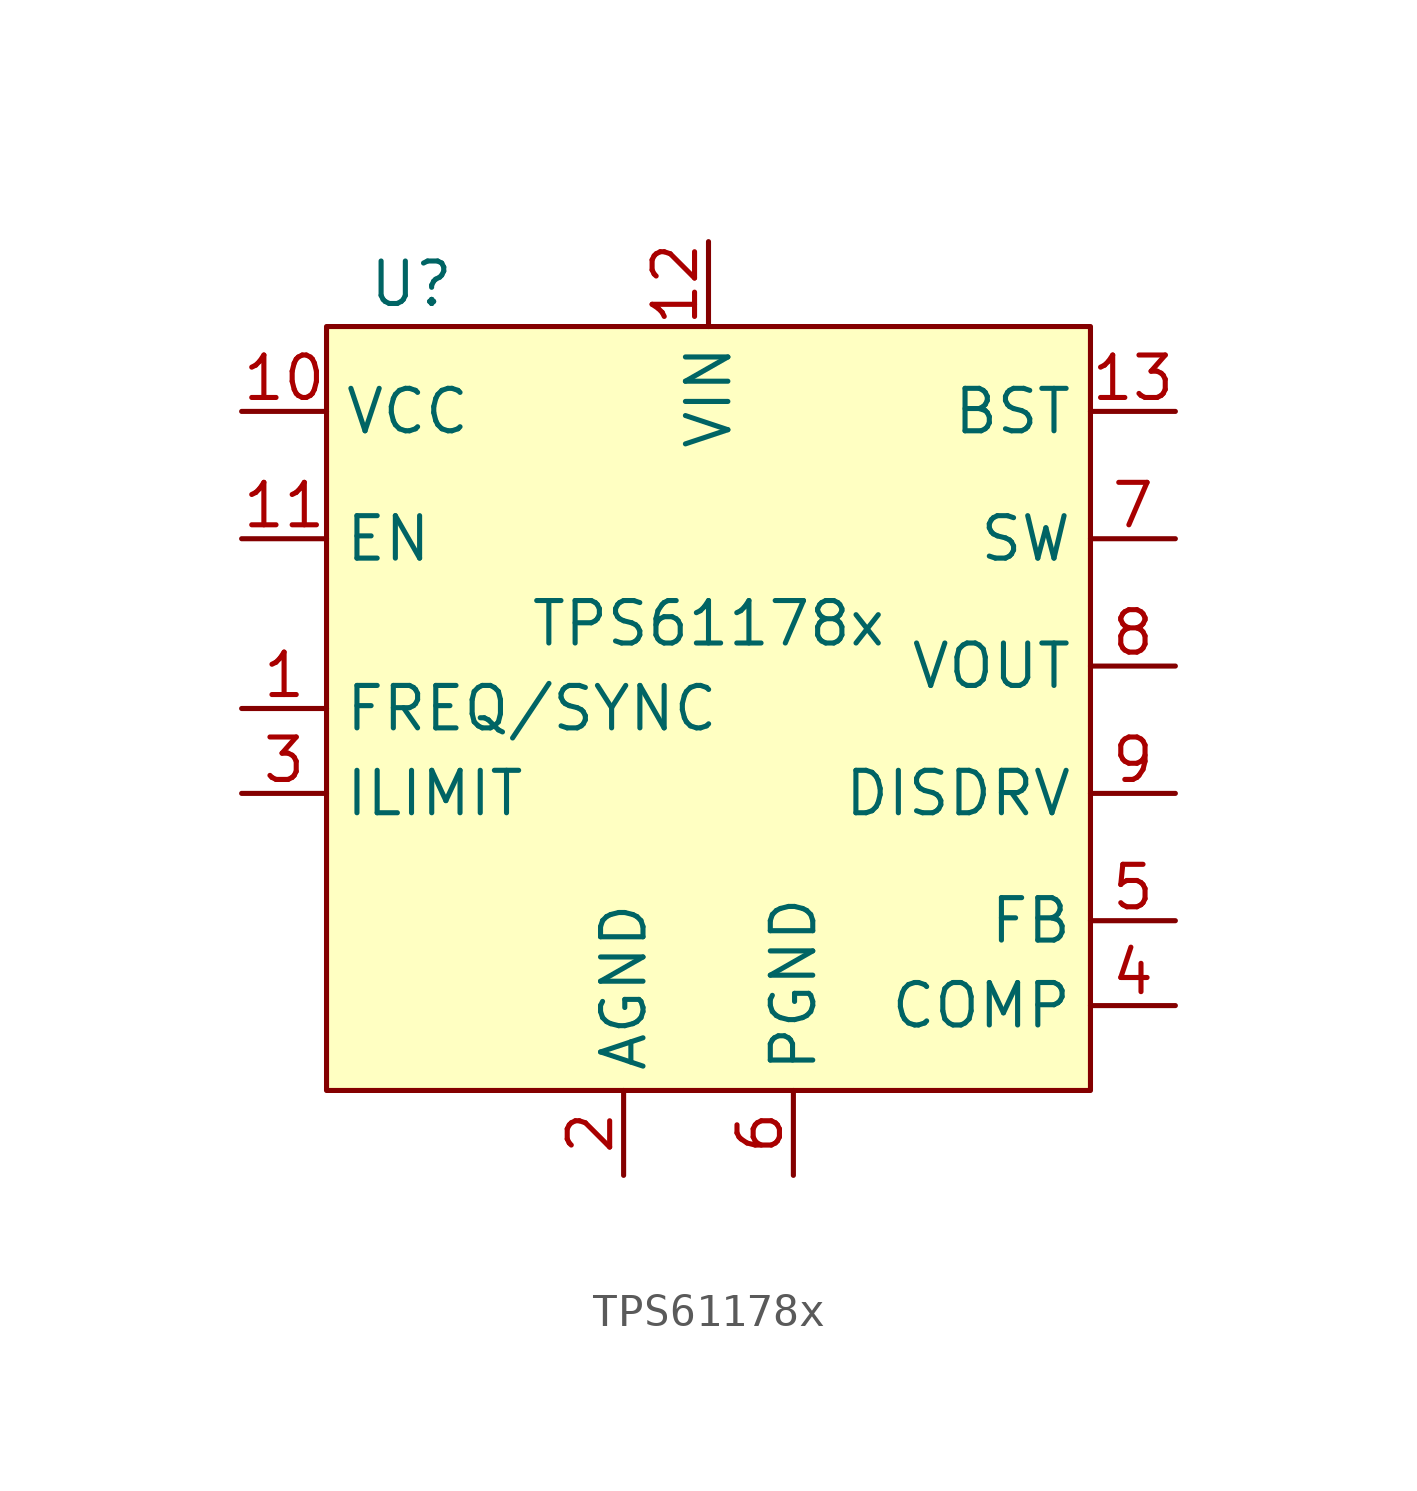
<source format=kicad_sym>
(kicad_symbol_lib
  (version 20211014)
  (generator kicad_symbol_editor)
  (symbol "TPS61178x"
    (property "Reference" "U"
      (at -8.89 10.16 0)
      (effects (font (size 1.27 1.27))))
    (property "Value" "TPS61178x"
      (at 0 0 0)
      (effects (font (size 1.27 1.27))))
    (symbol "TPS61178x_0_0"
      (pin input line (at -13.97 -2.54 0) (length 2.54) (name "FREQ/SYNC" (effects (font (size 1.27 1.27)))) (number "1" (effects (font (size 1.27 1.27)))))
      (pin output line (at -13.97 6.35 0) (length 2.54) (name "VCC" (effects (font (size 1.27 1.27)))) (number "10" (effects (font (size 1.27 1.27)))))
      (pin input line (at -13.97 2.54 0) (length 2.54) (name "EN" (effects (font (size 1.27 1.27)))) (number "11" (effects (font (size 1.27 1.27)))))
      (pin input line (at 0 11.43 270) (length 2.54) (name "VIN" (effects (font (size 1.27 1.27)))) (number "12" (effects (font (size 1.27 1.27)))))
      (pin output line (at 13.97 6.35 180) (length 2.54) (name "BST" (effects (font (size 1.27 1.27)))) (number "13" (effects (font (size 1.27 1.27)))))
      (pin power_in line (at -2.54 -16.51 90) (length 2.54) (name "AGND" (effects (font (size 1.27 1.27)))) (number "2" (effects (font (size 1.27 1.27)))))
      (pin input line (at -13.97 -5.08 0) (length 2.54) (name "ILIMIT" (effects (font (size 1.27 1.27)))) (number "3" (effects (font (size 1.27 1.27)))))
      (pin output line (at 13.97 -11.43 180) (length 2.54) (name "COMP" (effects (font (size 1.27 1.27)))) (number "4" (effects (font (size 1.27 1.27)))))
      (pin input line (at 13.97 -8.89 180) (length 2.54) (name "FB" (effects (font (size 1.27 1.27)))) (number "5" (effects (font (size 1.27 1.27)))))
      (pin power_in line (at 2.54 -16.51 90) (length 2.54) (name "PGND" (effects (font (size 1.27 1.27)))) (number "6" (effects (font (size 1.27 1.27)))))
      (pin output line (at 13.97 2.54 180) (length 2.54) (name "SW" (effects (font (size 1.27 1.27)))) (number "7" (effects (font (size 1.27 1.27)))))
      (pin output line (at 13.97 -1.27 180) (length 2.54) (name "VOUT" (effects (font (size 1.27 1.27)))) (number "8" (effects (font (size 1.27 1.27)))))
      (pin output line (at 13.97 -5.08 180) (length 2.54) (name "DISDRV" (effects (font (size 1.27 1.27)))) (number "9" (effects (font (size 1.27 1.27))))))
    (symbol "TPS61178x_0_1"
      (rectangle (start -11.43 8.89) (end 11.43 -13.97) (stroke (width 0) (type default) (color 0 0 0 0)) (fill (type background))))))
</source>
